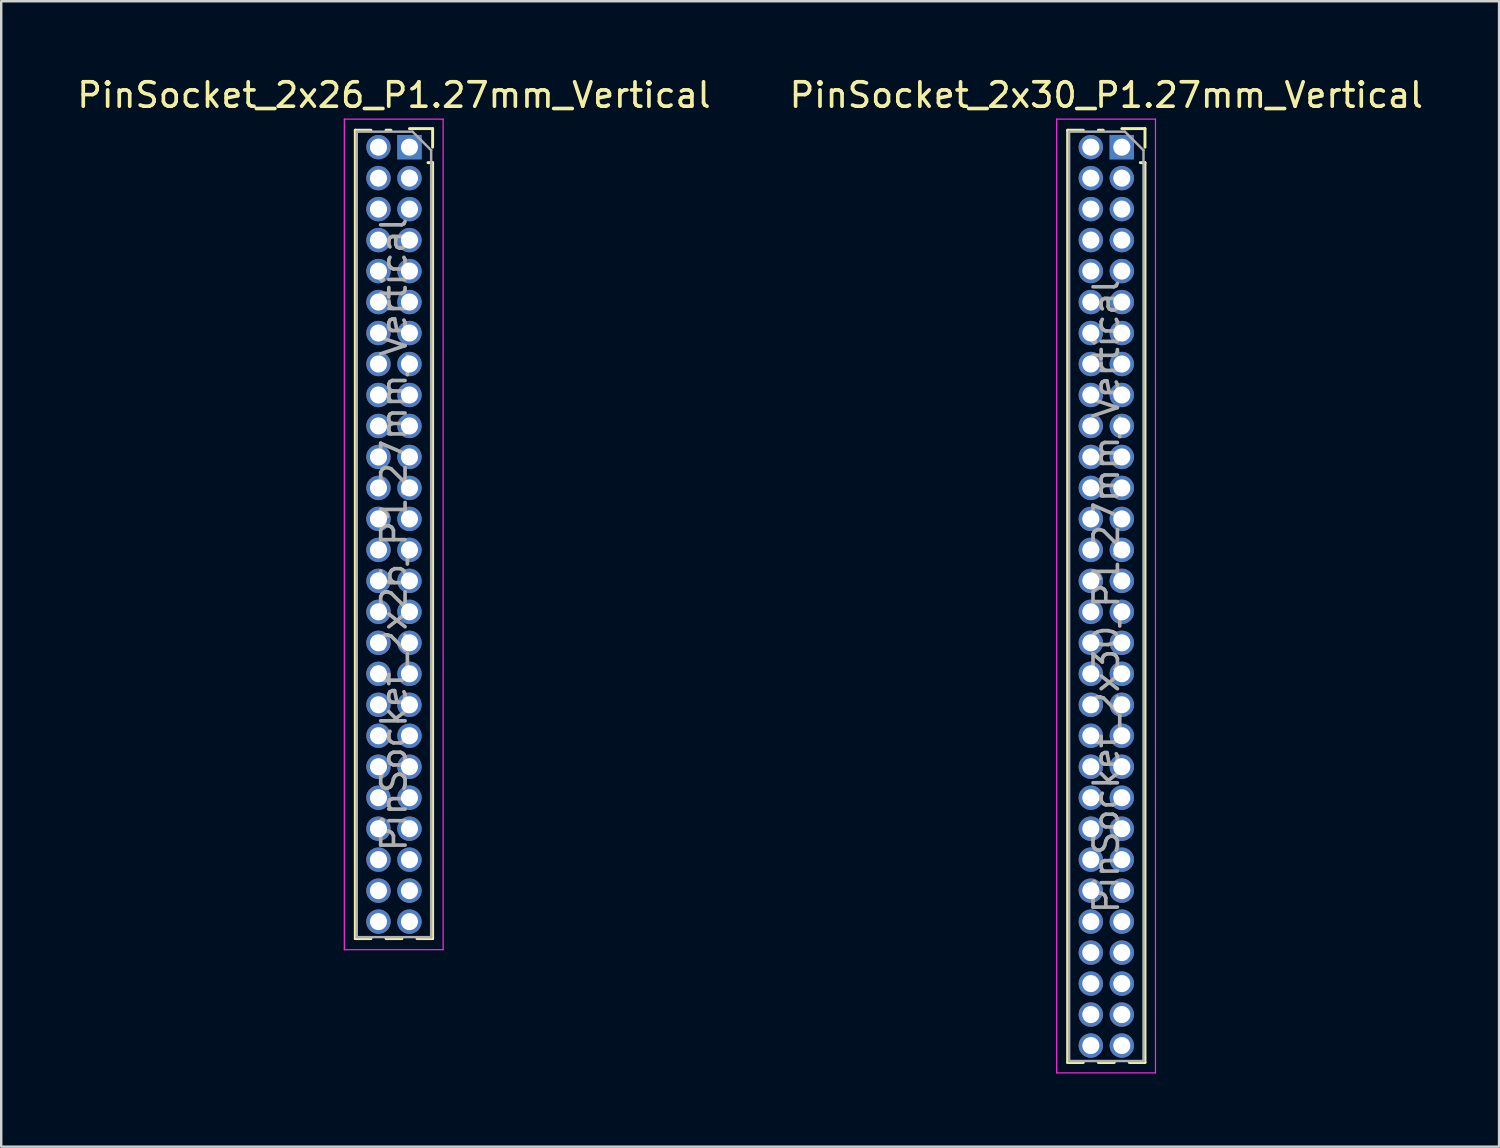
<source format=kicad_pcb>
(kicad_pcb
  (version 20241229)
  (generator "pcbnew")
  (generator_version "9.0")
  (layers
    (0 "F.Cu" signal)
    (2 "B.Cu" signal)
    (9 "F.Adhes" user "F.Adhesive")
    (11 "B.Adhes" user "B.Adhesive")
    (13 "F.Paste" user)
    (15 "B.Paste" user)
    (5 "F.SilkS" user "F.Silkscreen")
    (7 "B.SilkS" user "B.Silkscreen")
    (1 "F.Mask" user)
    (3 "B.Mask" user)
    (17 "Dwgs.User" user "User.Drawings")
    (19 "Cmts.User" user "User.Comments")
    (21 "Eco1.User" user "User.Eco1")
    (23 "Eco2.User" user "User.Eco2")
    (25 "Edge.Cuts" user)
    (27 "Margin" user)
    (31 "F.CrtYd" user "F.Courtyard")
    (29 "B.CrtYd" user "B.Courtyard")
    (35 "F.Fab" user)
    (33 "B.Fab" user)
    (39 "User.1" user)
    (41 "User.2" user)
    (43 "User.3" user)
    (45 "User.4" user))
  (footprint "PinSocket_2x30_P1.27mm_Vertical"
    (layer "F.Cu")
    (at 42.939 2.983)
    (property "Reference" "PinSocket_2x30_P1.27mm_Vertical" (at -0.635 -2.135 0) (layer "F.SilkS") (effects (font (size 1 1) (thickness 0.15))))
    (attr through_hole)
    (fp_line (start -2.22 -0.695) (end -2.22 37.525) (stroke (width 0.12) (type solid)) (layer "F.SilkS"))
    (fp_line (start -2.22 -0.695) (end -1.578 -0.695) (stroke (width 0.12) (type solid)) (layer "F.SilkS"))
    (fp_line (start -2.22 37.525) (end -1.578 37.525) (stroke (width 0.12) (type solid)) (layer "F.SilkS"))
    (fp_line (start -0.962 -0.695) (end -0.76 -0.695) (stroke (width 0.12) (type solid)) (layer "F.SilkS"))
    (fp_line (start -0.962 37.525) (end -0.308 37.525) (stroke (width 0.12) (type solid)) (layer "F.SilkS"))
    (fp_line (start 0 -0.76) (end 0.95 -0.76) (stroke (width 0.12) (type solid)) (layer "F.SilkS"))
    (fp_line (start 0.308 37.525) (end 0.95 37.525) (stroke (width 0.12) (type solid)) (layer "F.SilkS"))
    (fp_line (start 0.76 0.635) (end 0.95 0.635) (stroke (width 0.12) (type solid)) (layer "F.SilkS"))
    (fp_line (start 0.95 -0.76) (end 0.95 0) (stroke (width 0.12) (type solid)) (layer "F.SilkS"))
    (fp_line (start 0.95 0.635) (end 0.95 37.525) (stroke (width 0.12) (type solid)) (layer "F.SilkS"))
    (fp_line (start -2.67 -1.15) (end 1.38 -1.15) (stroke (width 0.05) (type solid)) (layer "F.CrtYd"))
    (fp_line (start -2.67 37.95) (end -2.67 -1.15) (stroke (width 0.05) (type solid)) (layer "F.CrtYd"))
    (fp_line (start 1.38 -1.15) (end 1.38 37.95) (stroke (width 0.05) (type solid)) (layer "F.CrtYd"))
    (fp_line (start 1.38 37.95) (end -2.67 37.95) (stroke (width 0.05) (type solid)) (layer "F.CrtYd"))
    (fp_line (start -2.16 -0.635) (end 0.128 -0.635) (stroke (width 0.1) (type solid)) (layer "F.Fab"))
    (fp_line (start -2.16 37.465) (end -2.16 -0.635) (stroke (width 0.1) (type solid)) (layer "F.Fab"))
    (fp_line (start 0.128 -0.635) (end 0.89 0.128) (stroke (width 0.1) (type solid)) (layer "F.Fab"))
    (fp_line (start 0.89 0.128) (end 0.89 37.465) (stroke (width 0.1) (type solid)) (layer "F.Fab"))
    (fp_line (start 0.89 37.465) (end -2.16 37.465) (stroke (width 0.1) (type solid)) (layer "F.Fab"))
    (fp_text user "${REFERENCE}" (at -0.635 18.415 90) (layer "F.Fab") (effects (font (size 1 1) (thickness 0.15))))
    (pad "1" thru_hole rect (at 0 0) (size 1 1) (drill 0.7) (layers "*.Cu" "*.Mask"))
    (pad "2" thru_hole oval (at -1.27 0) (size 1 1) (drill 0.7) (layers "*.Cu" "*.Mask"))
    (pad "3" thru_hole oval (at 0 1.27) (size 1 1) (drill 0.7) (layers "*.Cu" "*.Mask"))
    (pad "4" thru_hole oval (at -1.27 1.27) (size 1 1) (drill 0.7) (layers "*.Cu" "*.Mask"))
    (pad "5" thru_hole oval (at 0 2.54) (size 1 1) (drill 0.7) (layers "*.Cu" "*.Mask"))
    (pad "6" thru_hole oval (at -1.27 2.54) (size 1 1) (drill 0.7) (layers "*.Cu" "*.Mask"))
    (pad "7" thru_hole oval (at 0 3.81) (size 1 1) (drill 0.7) (layers "*.Cu" "*.Mask"))
    (pad "8" thru_hole oval (at -1.27 3.81) (size 1 1) (drill 0.7) (layers "*.Cu" "*.Mask"))
    (pad "9" thru_hole oval (at 0 5.08) (size 1 1) (drill 0.7) (layers "*.Cu" "*.Mask"))
    (pad "10" thru_hole oval (at -1.27 5.08) (size 1 1) (drill 0.7) (layers "*.Cu" "*.Mask"))
    (pad "11" thru_hole oval (at 0 6.35) (size 1 1) (drill 0.7) (layers "*.Cu" "*.Mask"))
    (pad "12" thru_hole oval (at -1.27 6.35) (size 1 1) (drill 0.7) (layers "*.Cu" "*.Mask"))
    (pad "13" thru_hole oval (at 0 7.62) (size 1 1) (drill 0.7) (layers "*.Cu" "*.Mask"))
    (pad "14" thru_hole oval (at -1.27 7.62) (size 1 1) (drill 0.7) (layers "*.Cu" "*.Mask"))
    (pad "15" thru_hole oval (at 0 8.89) (size 1 1) (drill 0.7) (layers "*.Cu" "*.Mask"))
    (pad "16" thru_hole oval (at -1.27 8.89) (size 1 1) (drill 0.7) (layers "*.Cu" "*.Mask"))
    (pad "17" thru_hole oval (at 0 10.16) (size 1 1) (drill 0.7) (layers "*.Cu" "*.Mask"))
    (pad "18" thru_hole oval (at -1.27 10.16) (size 1 1) (drill 0.7) (layers "*.Cu" "*.Mask"))
    (pad "19" thru_hole oval (at 0 11.43) (size 1 1) (drill 0.7) (layers "*.Cu" "*.Mask"))
    (pad "20" thru_hole oval (at -1.27 11.43) (size 1 1) (drill 0.7) (layers "*.Cu" "*.Mask"))
    (pad "21" thru_hole oval (at 0 12.7) (size 1 1) (drill 0.7) (layers "*.Cu" "*.Mask"))
    (pad "22" thru_hole oval (at -1.27 12.7) (size 1 1) (drill 0.7) (layers "*.Cu" "*.Mask"))
    (pad "23" thru_hole oval (at 0 13.97) (size 1 1) (drill 0.7) (layers "*.Cu" "*.Mask"))
    (pad "24" thru_hole oval (at -1.27 13.97) (size 1 1) (drill 0.7) (layers "*.Cu" "*.Mask"))
    (pad "25" thru_hole oval (at 0 15.24) (size 1 1) (drill 0.7) (layers "*.Cu" "*.Mask"))
    (pad "26" thru_hole oval (at -1.27 15.24) (size 1 1) (drill 0.7) (layers "*.Cu" "*.Mask"))
    (pad "27" thru_hole oval (at 0 16.51) (size 1 1) (drill 0.7) (layers "*.Cu" "*.Mask"))
    (pad "28" thru_hole oval (at -1.27 16.51) (size 1 1) (drill 0.7) (layers "*.Cu" "*.Mask"))
    (pad "29" thru_hole oval (at 0 17.78) (size 1 1) (drill 0.7) (layers "*.Cu" "*.Mask"))
    (pad "30" thru_hole oval (at -1.27 17.78) (size 1 1) (drill 0.7) (layers "*.Cu" "*.Mask"))
    (pad "31" thru_hole oval (at 0 19.05) (size 1 1) (drill 0.7) (layers "*.Cu" "*.Mask"))
    (pad "32" thru_hole oval (at -1.27 19.05) (size 1 1) (drill 0.7) (layers "*.Cu" "*.Mask"))
    (pad "33" thru_hole oval (at 0 20.32) (size 1 1) (drill 0.7) (layers "*.Cu" "*.Mask"))
    (pad "34" thru_hole oval (at -1.27 20.32) (size 1 1) (drill 0.7) (layers "*.Cu" "*.Mask"))
    (pad "35" thru_hole oval (at 0 21.59) (size 1 1) (drill 0.7) (layers "*.Cu" "*.Mask"))
    (pad "36" thru_hole oval (at -1.27 21.59) (size 1 1) (drill 0.7) (layers "*.Cu" "*.Mask"))
    (pad "37" thru_hole oval (at 0 22.86) (size 1 1) (drill 0.7) (layers "*.Cu" "*.Mask"))
    (pad "38" thru_hole oval (at -1.27 22.86) (size 1 1) (drill 0.7) (layers "*.Cu" "*.Mask"))
    (pad "39" thru_hole oval (at 0 24.13) (size 1 1) (drill 0.7) (layers "*.Cu" "*.Mask"))
    (pad "40" thru_hole oval (at -1.27 24.13) (size 1 1) (drill 0.7) (layers "*.Cu" "*.Mask"))
    (pad "41" thru_hole oval (at 0 25.4) (size 1 1) (drill 0.7) (layers "*.Cu" "*.Mask"))
    (pad "42" thru_hole oval (at -1.27 25.4) (size 1 1) (drill 0.7) (layers "*.Cu" "*.Mask"))
    (pad "43" thru_hole oval (at 0 26.67) (size 1 1) (drill 0.7) (layers "*.Cu" "*.Mask"))
    (pad "44" thru_hole oval (at -1.27 26.67) (size 1 1) (drill 0.7) (layers "*.Cu" "*.Mask"))
    (pad "45" thru_hole oval (at 0 27.94) (size 1 1) (drill 0.7) (layers "*.Cu" "*.Mask"))
    (pad "46" thru_hole oval (at -1.27 27.94) (size 1 1) (drill 0.7) (layers "*.Cu" "*.Mask"))
    (pad "47" thru_hole oval (at 0 29.21) (size 1 1) (drill 0.7) (layers "*.Cu" "*.Mask"))
    (pad "48" thru_hole oval (at -1.27 29.21) (size 1 1) (drill 0.7) (layers "*.Cu" "*.Mask"))
    (pad "49" thru_hole oval (at 0 30.48) (size 1 1) (drill 0.7) (layers "*.Cu" "*.Mask"))
    (pad "50" thru_hole oval (at -1.27 30.48) (size 1 1) (drill 0.7) (layers "*.Cu" "*.Mask"))
    (pad "51" thru_hole oval (at 0 31.75) (size 1 1) (drill 0.7) (layers "*.Cu" "*.Mask"))
    (pad "52" thru_hole oval (at -1.27 31.75) (size 1 1) (drill 0.7) (layers "*.Cu" "*.Mask"))
    (pad "53" thru_hole oval (at 0 33.02) (size 1 1) (drill 0.7) (layers "*.Cu" "*.Mask"))
    (pad "54" thru_hole oval (at -1.27 33.02) (size 1 1) (drill 0.7) (layers "*.Cu" "*.Mask"))
    (pad "55" thru_hole oval (at 0 34.29) (size 1 1) (drill 0.7) (layers "*.Cu" "*.Mask"))
    (pad "56" thru_hole oval (at -1.27 34.29) (size 1 1) (drill 0.7) (layers "*.Cu" "*.Mask"))
    (pad "57" thru_hole oval (at 0 35.56) (size 1 1) (drill 0.7) (layers "*.Cu" "*.Mask"))
    (pad "58" thru_hole oval (at -1.27 35.56) (size 1 1) (drill 0.7) (layers "*.Cu" "*.Mask"))
    (pad "59" thru_hole oval (at 0 36.83) (size 1 1) (drill 0.7) (layers "*.Cu" "*.Mask"))
    (pad "60" thru_hole oval (at -1.27 36.83) (size 1 1) (drill 0.7) (layers "*.Cu" "*.Mask")))
  (footprint "PinSocket_2x26_P1.27mm_Vertical"
    (layer "F.Cu")
    (at 13.736 2.983)
    (property "Reference" "PinSocket_2x26_P1.27mm_Vertical" (at -0.635 -2.135 0) (layer "F.SilkS") (effects (font (size 1 1) (thickness 0.15))))
    (attr through_hole)
    (fp_line (start -2.22 -0.695) (end -2.22 32.445) (stroke (width 0.12) (type solid)) (layer "F.SilkS"))
    (fp_line (start -2.22 -0.695) (end -1.578 -0.695) (stroke (width 0.12) (type solid)) (layer "F.SilkS"))
    (fp_line (start -2.22 32.445) (end -1.578 32.445) (stroke (width 0.12) (type solid)) (layer "F.SilkS"))
    (fp_line (start -0.962 -0.695) (end -0.76 -0.695) (stroke (width 0.12) (type solid)) (layer "F.SilkS"))
    (fp_line (start -0.962 32.445) (end -0.308 32.445) (stroke (width 0.12) (type solid)) (layer "F.SilkS"))
    (fp_line (start 0 -0.76) (end 0.95 -0.76) (stroke (width 0.12) (type solid)) (layer "F.SilkS"))
    (fp_line (start 0.308 32.445) (end 0.95 32.445) (stroke (width 0.12) (type solid)) (layer "F.SilkS"))
    (fp_line (start 0.76 0.635) (end 0.95 0.635) (stroke (width 0.12) (type solid)) (layer "F.SilkS"))
    (fp_line (start 0.95 -0.76) (end 0.95 0) (stroke (width 0.12) (type solid)) (layer "F.SilkS"))
    (fp_line (start 0.95 0.635) (end 0.95 32.445) (stroke (width 0.12) (type solid)) (layer "F.SilkS"))
    (fp_line (start -2.67 -1.15) (end 1.38 -1.15) (stroke (width 0.05) (type solid)) (layer "F.CrtYd"))
    (fp_line (start -2.67 32.9) (end -2.67 -1.15) (stroke (width 0.05) (type solid)) (layer "F.CrtYd"))
    (fp_line (start 1.38 -1.15) (end 1.38 32.9) (stroke (width 0.05) (type solid)) (layer "F.CrtYd"))
    (fp_line (start 1.38 32.9) (end -2.67 32.9) (stroke (width 0.05) (type solid)) (layer "F.CrtYd"))
    (fp_line (start -2.16 -0.635) (end 0.128 -0.635) (stroke (width 0.1) (type solid)) (layer "F.Fab"))
    (fp_line (start -2.16 32.385) (end -2.16 -0.635) (stroke (width 0.1) (type solid)) (layer "F.Fab"))
    (fp_line (start 0.128 -0.635) (end 0.89 0.128) (stroke (width 0.1) (type solid)) (layer "F.Fab"))
    (fp_line (start 0.89 0.128) (end 0.89 32.385) (stroke (width 0.1) (type solid)) (layer "F.Fab"))
    (fp_line (start 0.89 32.385) (end -2.16 32.385) (stroke (width 0.1) (type solid)) (layer "F.Fab"))
    (fp_text user "${REFERENCE}" (at -0.635 15.875 90) (layer "F.Fab") (effects (font (size 1 1) (thickness 0.15))))
    (pad "1" thru_hole rect (at 0 0) (size 1 1) (drill 0.7) (layers "*.Cu" "*.Mask"))
    (pad "2" thru_hole oval (at -1.27 0) (size 1 1) (drill 0.7) (layers "*.Cu" "*.Mask"))
    (pad "3" thru_hole oval (at 0 1.27) (size 1 1) (drill 0.7) (layers "*.Cu" "*.Mask"))
    (pad "4" thru_hole oval (at -1.27 1.27) (size 1 1) (drill 0.7) (layers "*.Cu" "*.Mask"))
    (pad "5" thru_hole oval (at 0 2.54) (size 1 1) (drill 0.7) (layers "*.Cu" "*.Mask"))
    (pad "6" thru_hole oval (at -1.27 2.54) (size 1 1) (drill 0.7) (layers "*.Cu" "*.Mask"))
    (pad "7" thru_hole oval (at 0 3.81) (size 1 1) (drill 0.7) (layers "*.Cu" "*.Mask"))
    (pad "8" thru_hole oval (at -1.27 3.81) (size 1 1) (drill 0.7) (layers "*.Cu" "*.Mask"))
    (pad "9" thru_hole oval (at 0 5.08) (size 1 1) (drill 0.7) (layers "*.Cu" "*.Mask"))
    (pad "10" thru_hole oval (at -1.27 5.08) (size 1 1) (drill 0.7) (layers "*.Cu" "*.Mask"))
    (pad "11" thru_hole oval (at 0 6.35) (size 1 1) (drill 0.7) (layers "*.Cu" "*.Mask"))
    (pad "12" thru_hole oval (at -1.27 6.35) (size 1 1) (drill 0.7) (layers "*.Cu" "*.Mask"))
    (pad "13" thru_hole oval (at 0 7.62) (size 1 1) (drill 0.7) (layers "*.Cu" "*.Mask"))
    (pad "14" thru_hole oval (at -1.27 7.62) (size 1 1) (drill 0.7) (layers "*.Cu" "*.Mask"))
    (pad "15" thru_hole oval (at 0 8.89) (size 1 1) (drill 0.7) (layers "*.Cu" "*.Mask"))
    (pad "16" thru_hole oval (at -1.27 8.89) (size 1 1) (drill 0.7) (layers "*.Cu" "*.Mask"))
    (pad "17" thru_hole oval (at 0 10.16) (size 1 1) (drill 0.7) (layers "*.Cu" "*.Mask"))
    (pad "18" thru_hole oval (at -1.27 10.16) (size 1 1) (drill 0.7) (layers "*.Cu" "*.Mask"))
    (pad "19" thru_hole oval (at 0 11.43) (size 1 1) (drill 0.7) (layers "*.Cu" "*.Mask"))
    (pad "20" thru_hole oval (at -1.27 11.43) (size 1 1) (drill 0.7) (layers "*.Cu" "*.Mask"))
    (pad "21" thru_hole oval (at 0 12.7) (size 1 1) (drill 0.7) (layers "*.Cu" "*.Mask"))
    (pad "22" thru_hole oval (at -1.27 12.7) (size 1 1) (drill 0.7) (layers "*.Cu" "*.Mask"))
    (pad "23" thru_hole oval (at 0 13.97) (size 1 1) (drill 0.7) (layers "*.Cu" "*.Mask"))
    (pad "24" thru_hole oval (at -1.27 13.97) (size 1 1) (drill 0.7) (layers "*.Cu" "*.Mask"))
    (pad "25" thru_hole oval (at 0 15.24) (size 1 1) (drill 0.7) (layers "*.Cu" "*.Mask"))
    (pad "26" thru_hole oval (at -1.27 15.24) (size 1 1) (drill 0.7) (layers "*.Cu" "*.Mask"))
    (pad "27" thru_hole oval (at 0 16.51) (size 1 1) (drill 0.7) (layers "*.Cu" "*.Mask"))
    (pad "28" thru_hole oval (at -1.27 16.51) (size 1 1) (drill 0.7) (layers "*.Cu" "*.Mask"))
    (pad "29" thru_hole oval (at 0 17.78) (size 1 1) (drill 0.7) (layers "*.Cu" "*.Mask"))
    (pad "30" thru_hole oval (at -1.27 17.78) (size 1 1) (drill 0.7) (layers "*.Cu" "*.Mask"))
    (pad "31" thru_hole oval (at 0 19.05) (size 1 1) (drill 0.7) (layers "*.Cu" "*.Mask"))
    (pad "32" thru_hole oval (at -1.27 19.05) (size 1 1) (drill 0.7) (layers "*.Cu" "*.Mask"))
    (pad "33" thru_hole oval (at 0 20.32) (size 1 1) (drill 0.7) (layers "*.Cu" "*.Mask"))
    (pad "34" thru_hole oval (at -1.27 20.32) (size 1 1) (drill 0.7) (layers "*.Cu" "*.Mask"))
    (pad "35" thru_hole oval (at 0 21.59) (size 1 1) (drill 0.7) (layers "*.Cu" "*.Mask"))
    (pad "36" thru_hole oval (at -1.27 21.59) (size 1 1) (drill 0.7) (layers "*.Cu" "*.Mask"))
    (pad "37" thru_hole oval (at 0 22.86) (size 1 1) (drill 0.7) (layers "*.Cu" "*.Mask"))
    (pad "38" thru_hole oval (at -1.27 22.86) (size 1 1) (drill 0.7) (layers "*.Cu" "*.Mask"))
    (pad "39" thru_hole oval (at 0 24.13) (size 1 1) (drill 0.7) (layers "*.Cu" "*.Mask"))
    (pad "40" thru_hole oval (at -1.27 24.13) (size 1 1) (drill 0.7) (layers "*.Cu" "*.Mask"))
    (pad "41" thru_hole oval (at 0 25.4) (size 1 1) (drill 0.7) (layers "*.Cu" "*.Mask"))
    (pad "42" thru_hole oval (at -1.27 25.4) (size 1 1) (drill 0.7) (layers "*.Cu" "*.Mask"))
    (pad "43" thru_hole oval (at 0 26.67) (size 1 1) (drill 0.7) (layers "*.Cu" "*.Mask"))
    (pad "44" thru_hole oval (at -1.27 26.67) (size 1 1) (drill 0.7) (layers "*.Cu" "*.Mask"))
    (pad "45" thru_hole oval (at 0 27.94) (size 1 1) (drill 0.7) (layers "*.Cu" "*.Mask"))
    (pad "46" thru_hole oval (at -1.27 27.94) (size 1 1) (drill 0.7) (layers "*.Cu" "*.Mask"))
    (pad "47" thru_hole oval (at 0 29.21) (size 1 1) (drill 0.7) (layers "*.Cu" "*.Mask"))
    (pad "48" thru_hole oval (at -1.27 29.21) (size 1 1) (drill 0.7) (layers "*.Cu" "*.Mask"))
    (pad "49" thru_hole oval (at 0 30.48) (size 1 1) (drill 0.7) (layers "*.Cu" "*.Mask"))
    (pad "50" thru_hole oval (at -1.27 30.48) (size 1 1) (drill 0.7) (layers "*.Cu" "*.Mask"))
    (pad "51" thru_hole oval (at 0 31.75) (size 1 1) (drill 0.7) (layers "*.Cu" "*.Mask"))
    (pad "52" thru_hole oval (at -1.27 31.75) (size 1 1) (drill 0.7) (layers "*.Cu" "*.Mask")))
  (gr_rect
    (start -3 -3)
    (end 58.405 43.958)
    (stroke (width 0.1) (type default))
    (fill no)
    (layer "Edge.Cuts")))
</source>
